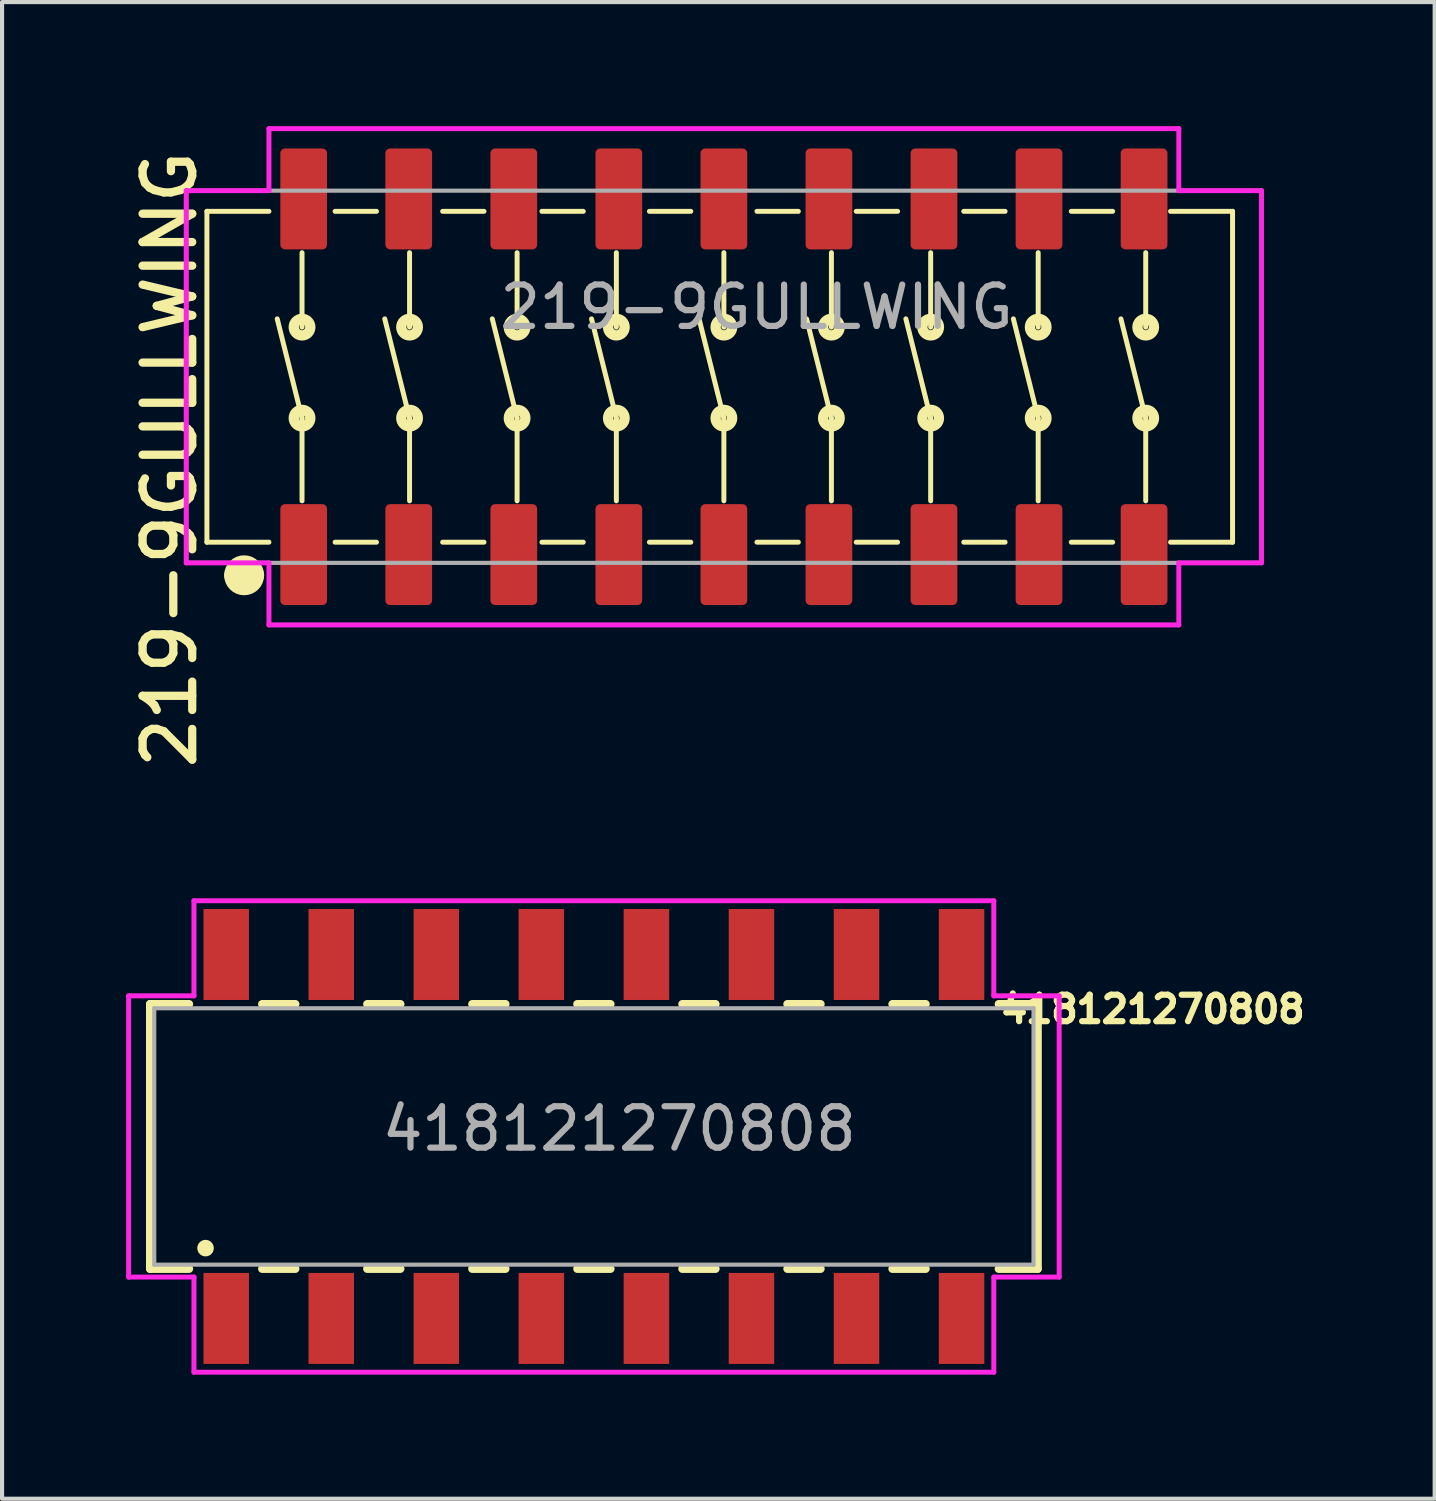
<source format=kicad_pcb>
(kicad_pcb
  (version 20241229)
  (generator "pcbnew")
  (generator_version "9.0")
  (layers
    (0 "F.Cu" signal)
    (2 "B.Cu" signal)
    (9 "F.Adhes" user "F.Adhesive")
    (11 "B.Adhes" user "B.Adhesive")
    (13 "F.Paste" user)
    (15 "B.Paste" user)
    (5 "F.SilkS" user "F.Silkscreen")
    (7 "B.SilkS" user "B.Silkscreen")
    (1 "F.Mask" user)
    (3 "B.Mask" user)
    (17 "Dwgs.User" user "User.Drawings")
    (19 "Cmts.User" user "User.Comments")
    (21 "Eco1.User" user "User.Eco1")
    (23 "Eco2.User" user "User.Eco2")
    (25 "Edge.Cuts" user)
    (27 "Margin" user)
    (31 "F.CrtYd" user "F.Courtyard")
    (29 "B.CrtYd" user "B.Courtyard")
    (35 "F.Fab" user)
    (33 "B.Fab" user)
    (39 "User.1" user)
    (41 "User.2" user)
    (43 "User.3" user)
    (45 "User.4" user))
  (footprint "219-9GULLWING"
    (layer "F.Cu")
    (at 14.453 6.06)
    (property "Reference" "219-9GULLWING" (at -13.4 2 90) (unlocked yes) (layer "F.SilkS") (effects (font (size 1.2 1.2) (thickness 0.2) (bold yes))))
    (attr smd)
    (fp_line (start -12.5 -4) (end -12.5 4) (stroke (width 0.12) (type default)) (layer "F.SilkS"))
    (fp_line (start -12.5 4) (end -11 4) (stroke (width 0.12) (type default)) (layer "F.SilkS"))
    (fp_line (start -11.883 4.8) (end -11.317 4.8) (stroke (width 0.4) (type default)) (layer "F.SilkS"))
    (fp_line (start -11 -4) (end -12.5 -4) (stroke (width 0.12) (type default)) (layer "F.SilkS"))
    (fp_line (start -10.2 -1.2) (end -10.2 -3) (stroke (width 0.12) (type default)) (layer "F.SilkS"))
    (fp_line (start -10.2 1) (end -10.8 -1.4) (stroke (width 0.12) (type default)) (layer "F.SilkS"))
    (fp_line (start -10.2 1) (end -10.2 3) (stroke (width 0.12) (type default)) (layer "F.SilkS"))
    (fp_line (start -9.4 -4) (end -8.4 -4) (stroke (width 0.12) (type default)) (layer "F.SilkS"))
    (fp_line (start -9.4 4) (end -8.4 4) (stroke (width 0.12) (type default)) (layer "F.SilkS"))
    (fp_line (start -7.6 -1.2) (end -7.6 -3) (stroke (width 0.12) (type default)) (layer "F.SilkS"))
    (fp_line (start -7.6 1) (end -8.2 -1.4) (stroke (width 0.12) (type default)) (layer "F.SilkS"))
    (fp_line (start -7.6 1) (end -7.6 3) (stroke (width 0.12) (type default)) (layer "F.SilkS"))
    (fp_line (start -6.8 -4) (end -5.8 -4) (stroke (width 0.12) (type default)) (layer "F.SilkS"))
    (fp_line (start -6.8 4) (end -5.8 4) (stroke (width 0.12) (type default)) (layer "F.SilkS"))
    (fp_line (start -5 -1.2) (end -5 -3) (stroke (width 0.12) (type default)) (layer "F.SilkS"))
    (fp_line (start -5 1) (end -5.6 -1.4) (stroke (width 0.12) (type default)) (layer "F.SilkS"))
    (fp_line (start -5 1) (end -5 3) (stroke (width 0.12) (type default)) (layer "F.SilkS"))
    (fp_line (start -4.4 -4) (end -3.4 -4) (stroke (width 0.12) (type default)) (layer "F.SilkS"))
    (fp_line (start -4.4 4) (end -3.4 4) (stroke (width 0.12) (type default)) (layer "F.SilkS"))
    (fp_line (start -2.6 -1.2) (end -2.6 -3) (stroke (width 0.12) (type default)) (layer "F.SilkS"))
    (fp_line (start -2.6 1) (end -3.2 -1.4) (stroke (width 0.12) (type default)) (layer "F.SilkS"))
    (fp_line (start -2.6 1) (end -2.6 3) (stroke (width 0.12) (type default)) (layer "F.SilkS"))
    (fp_line (start -1.8 -4) (end -0.8 -4) (stroke (width 0.12) (type default)) (layer "F.SilkS"))
    (fp_line (start -1.8 4) (end -0.8 4) (stroke (width 0.12) (type default)) (layer "F.SilkS"))
    (fp_line (start 0 -1.2) (end 0 -3) (stroke (width 0.12) (type default)) (layer "F.SilkS"))
    (fp_line (start 0 1) (end -0.6 -1.4) (stroke (width 0.12) (type default)) (layer "F.SilkS"))
    (fp_line (start 0 1) (end 0 3) (stroke (width 0.12) (type default)) (layer "F.SilkS"))
    (fp_line (start 0.8 -4) (end 1.8 -4) (stroke (width 0.12) (type default)) (layer "F.SilkS"))
    (fp_line (start 0.8 4) (end 1.8 4) (stroke (width 0.12) (type default)) (layer "F.SilkS"))
    (fp_line (start 2.6 -1.2) (end 2.6 -3) (stroke (width 0.12) (type default)) (layer "F.SilkS"))
    (fp_line (start 2.6 1) (end 2 -1.4) (stroke (width 0.12) (type default)) (layer "F.SilkS"))
    (fp_line (start 2.6 1) (end 2.6 3) (stroke (width 0.12) (type default)) (layer "F.SilkS"))
    (fp_line (start 3.2 -4) (end 4.2 -4) (stroke (width 0.12) (type default)) (layer "F.SilkS"))
    (fp_line (start 3.2 4) (end 4.2 4) (stroke (width 0.12) (type default)) (layer "F.SilkS"))
    (fp_line (start 5 -1.2) (end 5 -3) (stroke (width 0.12) (type default)) (layer "F.SilkS"))
    (fp_line (start 5 1) (end 4.4 -1.4) (stroke (width 0.12) (type default)) (layer "F.SilkS"))
    (fp_line (start 5 1) (end 5 3) (stroke (width 0.12) (type default)) (layer "F.SilkS"))
    (fp_line (start 5.8 -4) (end 6.8 -4) (stroke (width 0.12) (type default)) (layer "F.SilkS"))
    (fp_line (start 5.8 4) (end 6.8 4) (stroke (width 0.12) (type default)) (layer "F.SilkS"))
    (fp_line (start 7.6 -1.2) (end 7.6 -3) (stroke (width 0.12) (type default)) (layer "F.SilkS"))
    (fp_line (start 7.6 1) (end 7 -1.4) (stroke (width 0.12) (type default)) (layer "F.SilkS"))
    (fp_line (start 7.6 1) (end 7.6 3) (stroke (width 0.12) (type default)) (layer "F.SilkS"))
    (fp_line (start 8.4 -4) (end 9.4 -4) (stroke (width 0.12) (type default)) (layer "F.SilkS"))
    (fp_line (start 8.4 4) (end 9.4 4) (stroke (width 0.12) (type default)) (layer "F.SilkS"))
    (fp_line (start 10.2 -1.2) (end 10.2 -3) (stroke (width 0.12) (type default)) (layer "F.SilkS"))
    (fp_line (start 10.2 1) (end 9.6 -1.4) (stroke (width 0.12) (type default)) (layer "F.SilkS"))
    (fp_line (start 10.2 1) (end 10.2 3) (stroke (width 0.12) (type default)) (layer "F.SilkS"))
    (fp_line (start 10.8 4) (end 12.3 4) (stroke (width 0.12) (type default)) (layer "F.SilkS"))
    (fp_line (start 12.3 -4) (end 10.8 -4) (stroke (width 0.12) (type default)) (layer "F.SilkS"))
    (fp_line (start 12.3 4) (end 12.3 -4) (stroke (width 0.12) (type default)) (layer "F.SilkS"))
    (fp_circle (center -11.6 4.8) (end -11.317 4.8) (stroke (width 0.4) (type default)) (fill no) (layer "F.SilkS"))
    (fp_circle (center -10.2 -1.2) (end -10 -1.2) (stroke (width 0.25) (type default)) (fill no) (layer "F.SilkS"))
    (fp_circle (center -10.2 1) (end -10 1) (stroke (width 0.25) (type default)) (fill no) (layer "F.SilkS"))
    (fp_circle (center -7.6 -1.2) (end -7.4 -1.2) (stroke (width 0.25) (type default)) (fill no) (layer "F.SilkS"))
    (fp_circle (center -7.6 1) (end -7.4 1) (stroke (width 0.25) (type default)) (fill no) (layer "F.SilkS"))
    (fp_circle (center -5 -1.2) (end -4.8 -1.2) (stroke (width 0.25) (type default)) (fill no) (layer "F.SilkS"))
    (fp_circle (center -5 1) (end -4.8 1) (stroke (width 0.25) (type default)) (fill no) (layer "F.SilkS"))
    (fp_circle (center -2.6 -1.2) (end -2.4 -1.2) (stroke (width 0.25) (type default)) (fill no) (layer "F.SilkS"))
    (fp_circle (center -2.6 1) (end -2.4 1) (stroke (width 0.25) (type default)) (fill no) (layer "F.SilkS"))
    (fp_circle (center 0 -1.2) (end 0.2 -1.2) (stroke (width 0.25) (type default)) (fill no) (layer "F.SilkS"))
    (fp_circle (center 0 1) (end 0.2 1) (stroke (width 0.25) (type default)) (fill no) (layer "F.SilkS"))
    (fp_circle (center 2.6 -1.2) (end 2.8 -1.2) (stroke (width 0.25) (type default)) (fill no) (layer "F.SilkS"))
    (fp_circle (center 2.6 1) (end 2.8 1) (stroke (width 0.25) (type default)) (fill no) (layer "F.SilkS"))
    (fp_circle (center 5 -1.2) (end 5.2 -1.2) (stroke (width 0.25) (type default)) (fill no) (layer "F.SilkS"))
    (fp_circle (center 5 1) (end 5.2 1) (stroke (width 0.25) (type default)) (fill no) (layer "F.SilkS"))
    (fp_circle (center 7.6 -1.2) (end 7.8 -1.2) (stroke (width 0.25) (type default)) (fill no) (layer "F.SilkS"))
    (fp_circle (center 7.6 1) (end 7.8 1) (stroke (width 0.25) (type default)) (fill no) (layer "F.SilkS"))
    (fp_circle (center 10.2 -1.2) (end 10.4 -1.2) (stroke (width 0.25) (type default)) (fill no) (layer "F.SilkS"))
    (fp_circle (center 10.2 1) (end 10.4 1) (stroke (width 0.25) (type default)) (fill no) (layer "F.SilkS"))
    (fp_line (start -13 -4.5) (end -13 4.5) (stroke (width 0.12) (type default)) (layer "F.CrtYd"))
    (fp_line (start -13 4.5) (end -11 4.5) (stroke (width 0.12) (type default)) (layer "F.CrtYd"))
    (fp_line (start -11 -6) (end -11 -4.5) (stroke (width 0.12) (type default)) (layer "F.CrtYd"))
    (fp_line (start -11 -4.5) (end -13 -4.5) (stroke (width 0.12) (type default)) (layer "F.CrtYd"))
    (fp_line (start -11 4.5) (end -11 6) (stroke (width 0.12) (type default)) (layer "F.CrtYd"))
    (fp_line (start -11 6) (end 11 6) (stroke (width 0.12) (type default)) (layer "F.CrtYd"))
    (fp_line (start 11 -6) (end -11 -6) (stroke (width 0.12) (type default)) (layer "F.CrtYd"))
    (fp_line (start 11 -4.5) (end 11 -6) (stroke (width 0.12) (type default)) (layer "F.CrtYd"))
    (fp_line (start 11 4.5) (end 13 4.5) (stroke (width 0.12) (type default)) (layer "F.CrtYd"))
    (fp_line (start 11 6) (end 11 4.5) (stroke (width 0.12) (type default)) (layer "F.CrtYd"))
    (fp_line (start 13 -4.5) (end 11 -4.5) (stroke (width 0.12) (type default)) (layer "F.CrtYd"))
    (fp_line (start 13 4.5) (end 13 -4.5) (stroke (width 0.12) (type default)) (layer "F.CrtYd"))
    (fp_line (start -13 -4.5) (end -13 4.5) (stroke (width 0.1) (type default)) (layer "F.Fab"))
    (fp_line (start -13 4.5) (end 13 4.5) (stroke (width 0.1) (type default)) (layer "F.Fab"))
    (fp_line (start 13 -4.5) (end -13 -4.5) (stroke (width 0.1) (type default)) (layer "F.Fab"))
    (fp_line (start 13 4.5) (end 13 -4.5) (stroke (width 0.1) (type default)) (layer "F.Fab"))
    (fp_text user "${REFERENCE}" (at -5.5 -1.1 0) (unlocked yes) (layer "F.Fab") (effects (font (size 1 1) (thickness 0.15)) (justify left bottom)))
    (pad "1" smd roundrect (at -10.16 4.3 90) (size 2.44 1.13) (layers "F.Cu" "F.Mask" "F.Paste") (roundrect_rratio 0.1))
    (pad "2" smd roundrect (at -7.62 4.3 90) (size 2.44 1.13) (layers "F.Cu" "F.Mask" "F.Paste") (roundrect_rratio 0.1))
    (pad "3" smd roundrect (at -5.08 4.3 90) (size 2.44 1.13) (layers "F.Cu" "F.Mask" "F.Paste") (roundrect_rratio 0.1))
    (pad "4" smd roundrect (at -2.54 4.3 90) (size 2.44 1.13) (layers "F.Cu" "F.Mask" "F.Paste") (roundrect_rratio 0.1))
    (pad "5" smd roundrect (at 0 4.3 90) (size 2.44 1.13) (layers "F.Cu" "F.Mask" "F.Paste") (roundrect_rratio 0.1))
    (pad "6" smd roundrect (at 2.54 4.3 90) (size 2.44 1.13) (layers "F.Cu" "F.Mask" "F.Paste") (roundrect_rratio 0.1))
    (pad "7" smd roundrect (at 5.08 4.3 90) (size 2.44 1.13) (layers "F.Cu" "F.Mask" "F.Paste") (roundrect_rratio 0.1))
    (pad "8" smd roundrect (at 7.62 4.3 90) (size 2.44 1.13) (layers "F.Cu" "F.Mask" "F.Paste") (roundrect_rratio 0.1))
    (pad "9" smd roundrect (at 10.16 4.3 90) (size 2.44 1.13) (layers "F.Cu" "F.Mask" "F.Paste") (roundrect_rratio 0.1))
    (pad "10" smd roundrect (at 10.16 -4.3 90) (size 2.44 1.13) (layers "F.Cu" "F.Mask" "F.Paste") (roundrect_rratio 0.1))
    (pad "11" smd roundrect (at 7.62 -4.3 90) (size 2.44 1.13) (layers "F.Cu" "F.Mask" "F.Paste") (roundrect_rratio 0.1))
    (pad "12" smd roundrect (at 5.08 -4.3 90) (size 2.44 1.13) (layers "F.Cu" "F.Mask" "F.Paste") (roundrect_rratio 0.1))
    (pad "13" smd roundrect (at 2.54 -4.3 90) (size 2.44 1.13) (layers "F.Cu" "F.Mask" "F.Paste") (roundrect_rratio 0.1))
    (pad "14" smd roundrect (at 0 -4.3 90) (size 2.44 1.13) (layers "F.Cu" "F.Mask" "F.Paste") (roundrect_rratio 0.1))
    (pad "15" smd roundrect (at -2.54 -4.3 90) (size 2.44 1.13) (layers "F.Cu" "F.Mask" "F.Paste") (roundrect_rratio 0.1))
    (pad "16" smd roundrect (at -5.08 -4.3 90) (size 2.44 1.13) (layers "F.Cu" "F.Mask" "F.Paste") (roundrect_rratio 0.1))
    (pad "17" smd roundrect (at -7.62 -4.3 90) (size 2.44 1.13) (layers "F.Cu" "F.Mask" "F.Paste") (roundrect_rratio 0.1))
    (pad "18" smd roundrect (at -10.16 -4.3 90) (size 2.44 1.13) (layers "F.Cu" "F.Mask" "F.Paste") (roundrect_rratio 0.1)))
  (footprint "418121270808"
    (layer "F.Cu")
    (at 11.31 24.429)
    (property "Reference" "418121270808" (at 13.512 -3.076 0) (layer "F.SilkS") (effects (font (size 0.64 0.64) (thickness 0.15))))
    (attr smd)
    (fp_line (start -10.73 -3.2) (end -10.73 3.2) (stroke (width 0.2) (type solid)) (layer "F.SilkS"))
    (fp_line (start -10.73 3.2) (end -9.79 3.2) (stroke (width 0.2) (type solid)) (layer "F.SilkS"))
    (fp_line (start -9.79 -3.2) (end -10.73 -3.2) (stroke (width 0.2) (type solid)) (layer "F.SilkS"))
    (fp_line (start -8.02 3.2) (end -7.22 3.2) (stroke (width 0.2) (type solid)) (layer "F.SilkS"))
    (fp_line (start -7.22 -3.2) (end -8.02 -3.2) (stroke (width 0.2) (type solid)) (layer "F.SilkS"))
    (fp_line (start -5.48 3.2) (end -4.68 3.2) (stroke (width 0.2) (type solid)) (layer "F.SilkS"))
    (fp_line (start -4.68 -3.2) (end -5.48 -3.2) (stroke (width 0.2) (type solid)) (layer "F.SilkS"))
    (fp_line (start -2.94 3.2) (end -2.14 3.2) (stroke (width 0.2) (type solid)) (layer "F.SilkS"))
    (fp_line (start -2.14 -3.2) (end -2.94 -3.2) (stroke (width 0.2) (type solid)) (layer "F.SilkS"))
    (fp_line (start -0.4 3.2) (end 0.4 3.2) (stroke (width 0.2) (type solid)) (layer "F.SilkS"))
    (fp_line (start 0.4 -3.2) (end -0.4 -3.2) (stroke (width 0.2) (type solid)) (layer "F.SilkS"))
    (fp_line (start 2.14 3.2) (end 2.94 3.2) (stroke (width 0.2) (type solid)) (layer "F.SilkS"))
    (fp_line (start 2.94 -3.2) (end 2.14 -3.2) (stroke (width 0.2) (type solid)) (layer "F.SilkS"))
    (fp_line (start 4.68 3.2) (end 5.48 3.2) (stroke (width 0.2) (type solid)) (layer "F.SilkS"))
    (fp_line (start 5.48 -3.2) (end 4.68 -3.2) (stroke (width 0.2) (type solid)) (layer "F.SilkS"))
    (fp_line (start 7.22 3.2) (end 8.02 3.2) (stroke (width 0.2) (type solid)) (layer "F.SilkS"))
    (fp_line (start 8.02 -3.2) (end 7.22 -3.2) (stroke (width 0.2) (type solid)) (layer "F.SilkS"))
    (fp_line (start 9.79 -3.2) (end 10.73 -3.2) (stroke (width 0.2) (type solid)) (layer "F.SilkS"))
    (fp_line (start 10.73 -3.2) (end 10.73 3.2) (stroke (width 0.2) (type solid)) (layer "F.SilkS"))
    (fp_line (start 10.73 3.2) (end 9.79 3.2) (stroke (width 0.2) (type solid)) (layer "F.SilkS"))
    (fp_circle (center -9.39 2.7) (end -9.29 2.7) (stroke (width 0.2) (type solid)) (fill no) (layer "F.SilkS"))
    (fp_line (start -11.25 -3.4) (end -9.67 -3.4) (stroke (width 0.12) (type default)) (layer "F.CrtYd"))
    (fp_line (start -11.25 3.4) (end -11.25 -3.4) (stroke (width 0.12) (type default)) (layer "F.CrtYd"))
    (fp_line (start -9.67 -5.7) (end 9.67 -5.7) (stroke (width 0.12) (type default)) (layer "F.CrtYd"))
    (fp_line (start -9.67 -3.4) (end -9.67 -5.7) (stroke (width 0.12) (type default)) (layer "F.CrtYd"))
    (fp_line (start -9.67 3.4) (end -11.25 3.4) (stroke (width 0.12) (type default)) (layer "F.CrtYd"))
    (fp_line (start -9.67 5.7) (end -9.67 3.4) (stroke (width 0.12) (type default)) (layer "F.CrtYd"))
    (fp_line (start 9.67 -5.7) (end 9.67 -3.4) (stroke (width 0.12) (type default)) (layer "F.CrtYd"))
    (fp_line (start 9.67 -3.4) (end 11.25 -3.4) (stroke (width 0.12) (type default)) (layer "F.CrtYd"))
    (fp_line (start 9.67 3.4) (end 9.67 5.7) (stroke (width 0.12) (type default)) (layer "F.CrtYd"))
    (fp_line (start 9.67 5.7) (end -9.67 5.7) (stroke (width 0.12) (type default)) (layer "F.CrtYd"))
    (fp_line (start 11.25 -3.4) (end 11.25 3.4) (stroke (width 0.12) (type default)) (layer "F.CrtYd"))
    (fp_line (start 11.25 3.4) (end 9.67 3.4) (stroke (width 0.12) (type default)) (layer "F.CrtYd"))
    (fp_line (start -10.63 -3.1) (end 10.63 -3.1) (stroke (width 0.1) (type solid)) (layer "F.Fab"))
    (fp_line (start -10.63 3.1) (end -10.63 -3.1) (stroke (width 0.1) (type solid)) (layer "F.Fab"))
    (fp_line (start 10.63 -3.1) (end 10.63 3.1) (stroke (width 0.1) (type solid)) (layer "F.Fab"))
    (fp_line (start 10.63 3.1) (end -10.63 3.1) (stroke (width 0.1) (type solid)) (layer "F.Fab"))
    (fp_text user "${REFERENCE}" (at -5.2 0.4 0) (unlocked yes) (layer "F.Fab") (effects (font (size 1 1) (thickness 0.15)) (justify left bottom)))
    (pad "1" smd rect (at -8.89 4.4) (size 1.1 2.2) (layers "F.Cu" "F.Mask" "F.Paste"))
    (pad "2" smd rect (at -6.35 4.4) (size 1.1 2.2) (layers "F.Cu" "F.Mask" "F.Paste"))
    (pad "3" smd rect (at -3.81 4.4) (size 1.1 2.2) (layers "F.Cu" "F.Mask" "F.Paste"))
    (pad "4" smd rect (at -1.27 4.4) (size 1.1 2.2) (layers "F.Cu" "F.Mask" "F.Paste"))
    (pad "5" smd rect (at 1.27 4.4) (size 1.1 2.2) (layers "F.Cu" "F.Mask" "F.Paste"))
    (pad "6" smd rect (at 3.81 4.4) (size 1.1 2.2) (layers "F.Cu" "F.Mask" "F.Paste"))
    (pad "7" smd rect (at 6.35 4.4) (size 1.1 2.2) (layers "F.Cu" "F.Mask" "F.Paste"))
    (pad "8" smd rect (at 8.89 4.4) (size 1.1 2.2) (layers "F.Cu" "F.Mask" "F.Paste"))
    (pad "9" smd rect (at 8.89 -4.4) (size 1.1 2.2) (layers "F.Cu" "F.Mask" "F.Paste"))
    (pad "10" smd rect (at 6.35 -4.4) (size 1.1 2.2) (layers "F.Cu" "F.Mask" "F.Paste"))
    (pad "11" smd rect (at 3.81 -4.4) (size 1.1 2.2) (layers "F.Cu" "F.Mask" "F.Paste"))
    (pad "12" smd rect (at 1.27 -4.4) (size 1.1 2.2) (layers "F.Cu" "F.Mask" "F.Paste"))
    (pad "13" smd rect (at -1.27 -4.4) (size 1.1 2.2) (layers "F.Cu" "F.Mask" "F.Paste"))
    (pad "14" smd rect (at -3.81 -4.4) (size 1.1 2.2) (layers "F.Cu" "F.Mask" "F.Paste"))
    (pad "15" smd rect (at -6.35 -4.4) (size 1.1 2.2) (layers "F.Cu" "F.Mask" "F.Paste"))
    (pad "16" smd rect (at -8.89 -4.4) (size 1.1 2.2) (layers "F.Cu" "F.Mask" "F.Paste")))
  (gr_rect
    (start -3 -3)
    (end 31.64 33.189)
    (stroke (width 0.1) (type default))
    (fill no)
    (layer "Edge.Cuts")))
</source>
